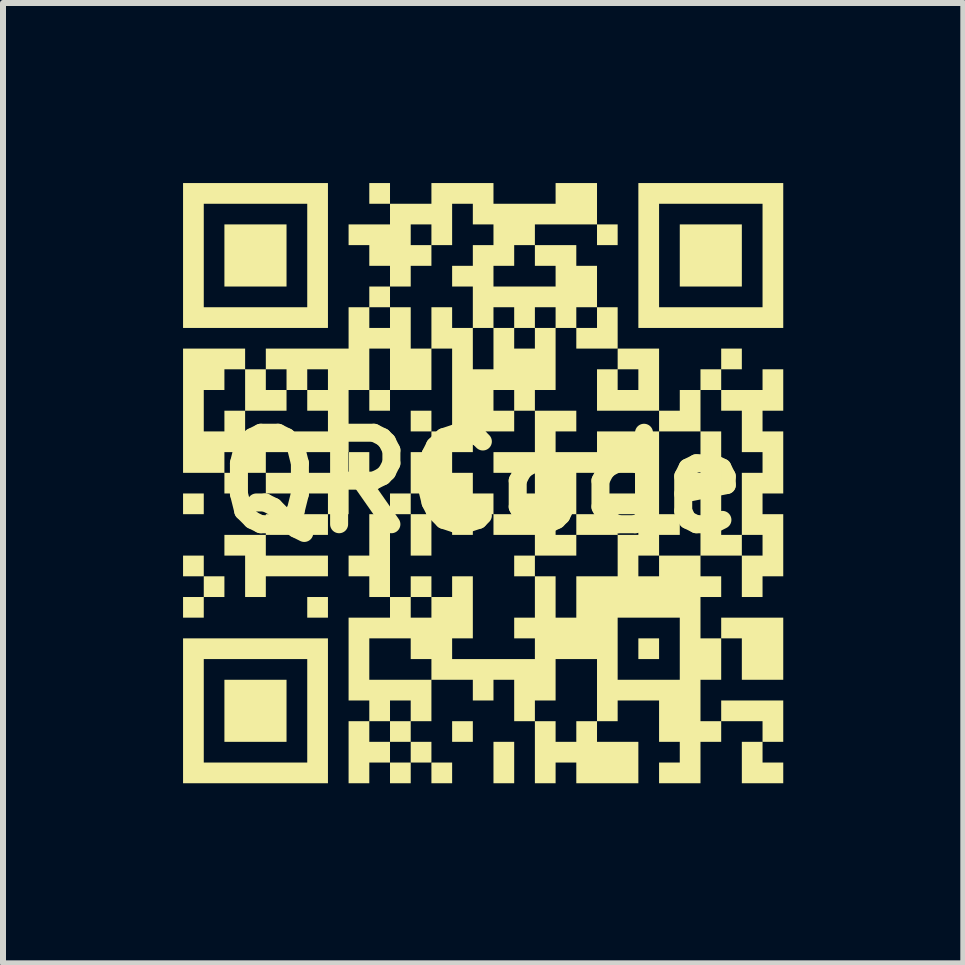
<source format=kicad_pcb>
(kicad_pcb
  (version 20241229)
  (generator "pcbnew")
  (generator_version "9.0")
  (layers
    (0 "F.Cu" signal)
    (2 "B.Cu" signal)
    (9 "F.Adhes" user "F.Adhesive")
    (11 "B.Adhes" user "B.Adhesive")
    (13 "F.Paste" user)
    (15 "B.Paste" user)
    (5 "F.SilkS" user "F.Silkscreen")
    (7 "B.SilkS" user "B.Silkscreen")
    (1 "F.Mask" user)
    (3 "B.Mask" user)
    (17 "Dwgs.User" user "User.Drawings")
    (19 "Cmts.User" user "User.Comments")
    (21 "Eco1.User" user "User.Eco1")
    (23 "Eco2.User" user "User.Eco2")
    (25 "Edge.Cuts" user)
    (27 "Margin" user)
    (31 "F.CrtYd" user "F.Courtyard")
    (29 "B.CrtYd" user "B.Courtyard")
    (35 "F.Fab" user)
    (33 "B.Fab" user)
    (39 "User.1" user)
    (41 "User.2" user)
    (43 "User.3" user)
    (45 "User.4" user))
  (footprint "QRCode"
    (layer "F.Cu")
    (at 4.995 4.995)
    (property "Reference" "QRCode" (at 0 0 0) (layer "F.SilkS") (effects (font (size 1.524 1.524) (thickness 0.3))))
    (attr board_only exclude_from_pos_files exclude_from_bom)
    (fp_poly (pts (xy -4.65 0.522) (xy -4.995 0.522) (xy -4.995 0.177) (xy -4.65 0.177)) (stroke (width 0) (type solid)) (fill yes) (layer "F.SilkS"))
    (fp_poly (pts (xy -4.65 1.557) (xy -4.995 1.557) (xy -4.995 1.212) (xy -4.65 1.212)) (stroke (width 0) (type solid)) (fill yes) (layer "F.SilkS"))
    (fp_poly (pts (xy -4.65 2.246) (xy -4.995 2.246) (xy -4.995 1.902) (xy -4.65 1.902)) (stroke (width 0) (type solid)) (fill yes) (layer "F.SilkS"))
    (fp_poly (pts (xy -4.306 1.902) (xy -4.65 1.902) (xy -4.65 1.557) (xy -4.306 1.557)) (stroke (width 0) (type solid)) (fill yes) (layer "F.SilkS"))
    (fp_poly (pts (xy -3.271 -3.271) (xy -4.306 -3.271) (xy -4.306 -4.306) (xy -3.271 -4.306)) (stroke (width 0) (type solid)) (fill yes) (layer "F.SilkS"))
    (fp_poly (pts (xy -3.271 4.315) (xy -4.306 4.315) (xy -4.306 3.281) (xy -3.271 3.281)) (stroke (width 0) (type solid)) (fill yes) (layer "F.SilkS"))
    (fp_poly (pts (xy -2.581 0.867) (xy -3.616 0.867) (xy -3.616 0.522) (xy -2.581 0.522)) (stroke (width 0) (type solid)) (fill yes) (layer "F.SilkS"))
    (fp_poly (pts (xy -2.581 2.246) (xy -2.926 2.246) (xy -2.926 1.902) (xy -2.581 1.902)) (stroke (width 0) (type solid)) (fill yes) (layer "F.SilkS"))
    (fp_poly (pts (xy -1.892 -0.167) (xy -2.237 -0.167) (xy -2.237 -0.512) (xy -1.892 -0.512)) (stroke (width 0) (type solid)) (fill yes) (layer "F.SilkS"))
    (fp_poly (pts (xy -1.547 -4.65) (xy -1.892 -4.65) (xy -1.892 -4.995) (xy -1.547 -4.995)) (stroke (width 0) (type solid)) (fill yes) (layer "F.SilkS"))
    (fp_poly (pts (xy -1.202 5.005) (xy -1.547 5.005) (xy -1.547 4.66) (xy -1.202 4.66)) (stroke (width 0) (type solid)) (fill yes) (layer "F.SilkS"))
    (fp_poly (pts (xy -0.857 -0.857) (xy -1.202 -0.857) (xy -1.202 -1.202) (xy -0.857 -1.202)) (stroke (width 0) (type solid)) (fill yes) (layer "F.SilkS"))
    (fp_poly (pts (xy -0.857 1.212) (xy -1.202 1.212) (xy -1.202 0.522) (xy -0.857 0.522)) (stroke (width 0) (type solid)) (fill yes) (layer "F.SilkS"))
    (fp_poly (pts (xy -0.857 1.902) (xy -1.202 1.902) (xy -1.202 1.557) (xy -0.857 1.557)) (stroke (width 0) (type solid)) (fill yes) (layer "F.SilkS"))
    (fp_poly (pts (xy -0.857 4.66) (xy -1.202 4.66) (xy -1.202 4.315) (xy -0.857 4.315)) (stroke (width 0) (type solid)) (fill yes) (layer "F.SilkS"))
    (fp_poly (pts (xy -0.512 5.005) (xy -0.857 5.005) (xy -0.857 4.66) (xy -0.512 4.66)) (stroke (width 0) (type solid)) (fill yes) (layer "F.SilkS"))
    (fp_poly (pts (xy -0.167 4.315) (xy -0.512 4.315) (xy -0.512 3.971) (xy -0.167 3.971)) (stroke (width 0) (type solid)) (fill yes) (layer "F.SilkS"))
    (fp_poly (pts (xy 0.522 5.005) (xy 0.177 5.005) (xy 0.177 4.315) (xy 0.522 4.315)) (stroke (width 0) (type solid)) (fill yes) (layer "F.SilkS"))
    (fp_poly (pts (xy 0.867 1.557) (xy 0.522 1.557) (xy 0.522 1.212) (xy 0.867 1.212)) (stroke (width 0) (type solid)) (fill yes) (layer "F.SilkS"))
    (fp_poly (pts (xy 2.246 -3.961) (xy 1.902 -3.961) (xy 1.902 -4.306) (xy 2.246 -4.306)) (stroke (width 0) (type solid)) (fill yes) (layer "F.SilkS"))
    (fp_poly (pts (xy 2.936 2.936) (xy 2.591 2.936) (xy 2.591 2.591) (xy 2.936 2.591)) (stroke (width 0) (type solid)) (fill yes) (layer "F.SilkS"))
    (fp_poly (pts (xy 4.315 -3.271) (xy 3.281 -3.271) (xy 3.281 -4.306) (xy 4.315 -4.306)) (stroke (width 0) (type solid)) (fill yes) (layer "F.SilkS"))
    (fp_poly (pts (xy 4.315 -1.892) (xy 3.971 -1.892) (xy 3.971 -2.237) (xy 4.315 -2.237)) (stroke (width 0) (type solid)) (fill yes) (layer "F.SilkS"))
    (fp_poly (pts (xy -2.237 0.522) (xy -2.581 0.522) (xy -2.581 0.177) (xy -3.616 0.177) (xy -3.616 -0.167) (xy -2.237 -0.167)) (stroke (width 0) (type solid)) (fill yes) (layer "F.SilkS"))
    (fp_poly (pts (xy 4.66 4.66) (xy 5.005 4.66) (xy 5.005 5.005) (xy 4.315 5.005) (xy 4.315 4.315) (xy 4.66 4.315)) (stroke (width 0) (type solid)) (fill yes) (layer "F.SilkS"))
    (fp_poly (pts (xy 5.005 3.281) (xy 4.315 3.281) (xy 4.315 2.591) (xy 3.971 2.591) (xy 3.971 2.246) (xy 5.005 2.246)) (stroke (width 0) (type solid)) (fill yes) (layer "F.SilkS"))
    (fp_poly (pts (xy 5.005 4.315) (xy 4.66 4.315) (xy 4.66 3.971) (xy 3.971 3.971) (xy 3.971 3.626) (xy 5.005 3.626)) (stroke (width 0) (type solid)) (fill yes) (layer "F.SilkS"))
    (fp_poly (pts (xy -3.616 1.212) (xy -2.581 1.212) (xy -2.581 1.557) (xy -3.616 1.557) (xy -3.616 1.902) (xy -3.961 1.902) (xy -3.961 1.212) (xy -4.306 1.212) (xy -4.306 0.867) (xy -3.616 0.867)) (stroke (width 0) (type solid)) (fill yes) (layer "F.SilkS"))
    (fp_poly (pts (xy -2.581 -2.581) (xy -4.995 -2.581) (xy -4.995 -2.926) (xy -4.65 -2.926) (xy -2.926 -2.926) (xy -2.926 -4.65) (xy -4.65 -4.65) (xy -4.65 -2.926) (xy -4.995 -2.926) (xy -4.995 -4.995) (xy -2.581 -4.995)) (stroke (width 0) (type solid)) (fill yes) (layer "F.SilkS"))
    (fp_poly (pts (xy -2.581 5.005) (xy -4.995 5.005) (xy -4.995 4.66) (xy -4.65 4.66) (xy -2.926 4.66) (xy -2.926 2.936) (xy -4.65 2.936) (xy -4.65 4.66) (xy -4.995 4.66) (xy -4.995 2.591) (xy -2.581 2.591)) (stroke (width 0) (type solid)) (fill yes) (layer "F.SilkS"))
    (fp_poly (pts (xy 5.005 -2.581) (xy 2.591 -2.581) (xy 2.591 -2.926) (xy 2.936 -2.926) (xy 4.66 -2.926) (xy 4.66 -4.65) (xy 2.936 -4.65) (xy 2.936 -2.926) (xy 2.591 -2.926) (xy 2.591 -4.995) (xy 5.005 -4.995)) (stroke (width 0) (type solid)) (fill yes) (layer "F.SilkS"))
    (fp_poly (pts (xy 2.246 -2.926) (xy 2.246 -2.237) (xy 2.936 -2.237) (xy 2.936 -1.202) (xy 3.281 -1.202) (xy 3.281 -1.547) (xy 3.626 -1.547) (xy 3.626 -1.892) (xy 3.971 -1.892) (xy 3.971 -1.547) (xy 4.66 -1.547) (xy 4.66 -1.892) (xy 5.005 -1.892) (xy 5.005 -1.202) (xy 4.66 -1.202) (xy 4.66 -0.857) (xy 5.005 -0.857) (xy 5.005 0.177) (xy 4.66 0.177) (xy 4.66 0.522) (xy 5.005 0.522) (xy 5.005 1.557) (xy 4.66 1.557) (xy 4.66 1.902) (xy 4.315 1.902) (xy 4.315 1.212) (xy 4.66 1.212) (xy 4.66 0.867) (xy 4.315 0.867) (xy 4.315 1.212) (xy 3.626 1.212) (xy 3.626 1.557) (xy 3.971 1.557) (xy 3.971 1.902) (xy 3.626 1.902) (xy 3.626 2.591) (xy 3.971 2.591) (xy 3.971 3.281) (xy 3.626 3.281) (xy 3.626 3.971) (xy 3.971 3.971) (xy 3.971 4.315) (xy 3.626 4.315) (xy 3.626 5.005) (xy 2.936 5.005) (xy 2.936 4.66) (xy 3.281 4.66) (xy 3.281 4.315) (xy 2.936 4.315) (xy 2.936 3.626) (xy 2.246 3.626) (xy 2.246 3.971) (xy 1.902 3.971) (xy 1.902 4.315) (xy 2.591 4.315) (xy 2.591 5.005) (xy 1.557 5.005) (xy 1.557 4.66) (xy 1.212 4.66) (xy 1.212 5.005) (xy 0.867 5.005) (xy 0.867 3.971) (xy 1.212 3.971) (xy 1.212 4.315) (xy 1.557 4.315) (xy 1.557 3.971) (xy 1.902 3.971) (xy 1.902 3.281) (xy 2.246 3.281) (xy 3.281 3.281) (xy 3.281 2.246) (xy 2.246 2.246) (xy 2.246 3.281) (xy 1.902 3.281) (xy 1.902 2.936) (xy 1.212 2.936) (xy 1.212 3.626) (xy 0.867 3.626) (xy 0.867 3.971) (xy 0.522 3.971) (xy 0.522 3.281) (xy 0.177 3.281) (xy 0.177 3.626) (xy -0.167 3.626) (xy -0.167 3.281) (xy -0.857 3.281) (xy -0.857 3.971) (xy -1.202 3.971) (xy -1.202 4.315) (xy -1.547 4.315) (xy -1.547 4.66) (xy -1.892 4.66) (xy -1.892 5.005) (xy -2.237 5.005) (xy -2.237 4.315) (xy -1.892 4.315) (xy -1.547 4.315) (xy -1.547 3.971) (xy -1.202 3.971) (xy -1.202 3.626) (xy -1.547 3.626) (xy -1.547 3.971) (xy -1.892 3.971) (xy -1.892 4.315) (xy -2.237 4.315) (xy -2.237 3.971) (xy -1.892 3.971) (xy -1.892 3.626) (xy -2.237 3.626) (xy -2.237 3.281) (xy -1.892 3.281) (xy -0.857 3.281) (xy -0.857 2.936) (xy -1.202 2.936) (xy -1.202 2.591) (xy -1.892 2.591) (xy -1.892 3.281) (xy -2.237 3.281) (xy -2.237 2.246) (xy -1.547 2.246) (xy -1.547 1.902) (xy -1.202 1.902) (xy -1.202 2.246) (xy -0.857 2.246) (xy -0.857 1.902) (xy -0.512 1.902) (xy -0.512 1.557) (xy -0.167 1.557) (xy -0.167 2.591) (xy -0.512 2.591) (xy -0.512 2.936) (xy 0.867 2.936) (xy 0.867 2.591) (xy 0.522 2.591) (xy 0.522 2.246) (xy 0.867 2.246) (xy 0.867 1.557) (xy 1.212 1.557) (xy 1.212 2.246) (xy 1.557 2.246) (xy 1.557 1.557) (xy 2.246 1.557) (xy 2.591 1.557) (xy 2.936 1.557) (xy 2.936 1.212) (xy 3.626 1.212) (xy 3.626 0.177) (xy 3.281 0.177) (xy 3.281 -0.167) (xy 3.626 -0.167) (xy 3.626 -0.857) (xy 3.971 -0.857) (xy 3.971 0.867) (xy 4.315 0.867) (xy 4.315 -0.167) (xy 4.66 -0.167) (xy 4.66 -0.512) (xy 4.315 -0.512) (xy 4.315 -1.202) (xy 3.971 -1.202) (xy 3.971 -1.547) (xy 3.626 -1.547) (xy 3.626 -0.857) (xy 2.936 -0.857) (xy 2.936 0.522) (xy 3.281 0.522) (xy 3.281 0.867) (xy 2.936 0.867) (xy 2.936 1.212) (xy 2.591 1.212) (xy 2.591 1.557) (xy 2.246 1.557) (xy 2.246 0.867) (xy 2.591 0.867) (xy 2.591 0.522) (xy 2.246 0.522) (xy 2.246 0.867) (xy 1.557 0.867) (xy 1.557 1.212) (xy 0.867 1.212) (xy 0.867 0.867) (xy 1.212 0.867) (xy 1.557 0.867) (xy 1.557 0.522) (xy 1.902 0.522) (xy 1.902 0.177) (xy 2.591 0.177) (xy 2.591 -0.167) (xy 1.557 -0.167) (xy 1.557 0.522) (xy 1.212 0.522) (xy 1.212 0.867) (xy 0.867 0.867) (xy 0.177 0.867) (xy 0.177 0.522) (xy -0.167 0.522) (xy -0.167 0.867) (xy -0.512 0.867) (xy -0.512 0.522) (xy -0.857 0.522) (xy -0.857 0.177) (xy -1.202 0.177) (xy -1.202 0.522) (xy -1.547 0.522) (xy -1.547 1.902) (xy -1.892 1.902) (xy -1.892 1.557) (xy -2.237 1.557) (xy -2.237 1.212) (xy -1.892 1.212) (xy -1.892 0.522) (xy -1.547 0.522) (xy -1.547 0.177) (xy -1.202 0.177) (xy -1.202 -0.167) (xy -0.512 -0.167) (xy -0.167 -0.167) (xy -0.167 0.177) (xy 0.177 0.177) (xy 0.177 0.522) (xy 0.522 0.522) (xy 0.522 0.177) (xy 0.867 0.177) (xy 0.867 -0.167) (xy 0.177 -0.167) (xy 0.177 -0.512) (xy 0.867 -0.512) (xy 0.867 -1.202) (xy 1.557 -1.202) (xy 1.557 -0.857) (xy 1.212 -0.857) (xy 1.212 -0.512) (xy 1.902 -0.512) (xy 1.902 -0.857) (xy 2.936 -0.857) (xy 2.936 -1.202) (xy 1.902 -1.202) (xy 1.902 -1.547) (xy 2.246 -1.547) (xy 2.591 -1.547) (xy 2.591 -1.892) (xy 2.246 -1.892) (xy 2.246 -1.547) (xy 1.902 -1.547) (xy 1.902 -1.892) (xy 2.246 -1.892) (xy 2.246 -2.237) (xy 1.557 -2.237) (xy 1.557 -2.581) (xy 1.902 -2.581) (xy 1.902 -2.926) (xy 1.557 -2.926) (xy 1.557 -2.581) (xy 1.212 -2.581) (xy 1.212 -1.547) (xy 0.867 -1.547) (xy 0.867 -1.202) (xy 0.522 -1.202) (xy 0.522 -0.857) (xy -0.167 -0.857) (xy -0.167 -0.512) (xy -0.512 -0.512) (xy -0.512 -0.167) (xy -1.202 -0.167) (xy -1.202 -0.512) (xy -0.857 -0.512) (xy -0.857 -0.857) (xy -0.512 -0.857) (xy -0.512 -1.202) (xy 0.177 -1.202) (xy 0.522 -1.202) (xy 0.522 -1.547) (xy 0.177 -1.547) (xy 0.177 -1.202) (xy -0.512 -1.202) (xy -0.512 -1.892) (xy -0.167 -1.892) (xy 0.177 -1.892) (xy 0.177 -2.237) (xy 0.522 -2.237) (xy 0.867 -2.237) (xy 0.867 -2.581) (xy 1.212 -2.581) (xy 1.212 -2.926) (xy 0.867 -2.926) (xy 0.867 -2.581) (xy 0.522 -2.581) (xy 0.522 -2.237) (xy 0.177 -2.237) (xy 0.177 -2.581) (xy 0.522 -2.581) (xy 0.522 -2.926) (xy 0.177 -2.926) (xy 0.177 -2.581) (xy -0.167 -2.581) (xy -0.167 -1.892) (xy -0.512 -1.892) (xy -0.512 -2.237) (xy -0.857 -2.237) (xy -0.857 -1.547) (xy -1.547 -1.547) (xy -1.547 -1.202) (xy -1.892 -1.202) (xy -1.892 -1.547) (xy -1.547 -1.547) (xy -1.547 -2.237) (xy -1.892 -2.237) (xy -1.892 -1.547) (xy -2.237 -1.547) (xy -2.237 -0.512) (xy -3.616 -0.512) (xy -3.616 -0.167) (xy -3.961 -0.167) (xy -3.961 0.177) (xy -4.306 0.177) (xy -4.306 -0.167) (xy -3.961 -0.167) (xy -3.961 -0.512) (xy -4.306 -0.512) (xy -4.306 -0.167) (xy -4.995 -0.167) (xy -4.995 -0.857) (xy -4.65 -0.857) (xy -4.306 -0.857) (xy -3.961 -0.857) (xy -2.581 -0.857) (xy -2.581 -1.202) (xy -2.926 -1.202) (xy -2.926 -1.547) (xy -2.581 -1.547) (xy -2.581 -1.892) (xy -2.926 -1.892) (xy -2.926 -1.547) (xy -3.271 -1.547) (xy -3.271 -1.202) (xy -3.961 -1.202) (xy -3.961 -0.857) (xy -4.306 -0.857) (xy -4.306 -1.202) (xy -3.961 -1.202) (xy -3.961 -1.547) (xy -3.616 -1.547) (xy -3.271 -1.547) (xy -3.271 -1.892) (xy -3.616 -1.892) (xy -3.616 -1.547) (xy -3.961 -1.547) (xy -3.961 -1.892) (xy -4.306 -1.892) (xy -4.306 -1.547) (xy -4.65 -1.547) (xy -4.65 -0.857) (xy -4.995 -0.857) (xy -4.995 -2.237) (xy -3.961 -2.237) (xy -3.961 -1.892) (xy -3.616 -1.892) (xy -3.616 -2.237) (xy -2.237 -2.237) (xy -2.237 -2.581) (xy -1.892 -2.581) (xy -1.547 -2.581) (xy -1.547 -2.926) (xy -1.202 -2.926) (xy -1.202 -2.237) (xy -0.857 -2.237) (xy -0.857 -2.926) (xy -0.512 -2.926) (xy -0.512 -2.581) (xy -0.167 -2.581) (xy -0.167 -3.271) (xy 0.177 -3.271) (xy 1.212 -3.271) (xy 1.212 -3.616) (xy 0.867 -3.616) (xy 0.867 -3.961) (xy 0.522 -3.961) (xy 0.522 -3.616) (xy 0.177 -3.616) (xy 0.177 -3.271) (xy -0.167 -3.271) (xy -0.512 -3.271) (xy -0.512 -3.616) (xy -0.167 -3.616) (xy -0.167 -3.961) (xy 0.177 -3.961) (xy 0.177 -4.306) (xy -0.167 -4.306) (xy -0.167 -4.65) (xy -0.512 -4.65) (xy -0.512 -3.961) (xy -0.857 -3.961) (xy -0.857 -3.616) (xy -1.202 -3.616) (xy -1.202 -3.271) (xy -1.547 -3.271) (xy -1.547 -2.926) (xy -1.892 -2.926) (xy -1.892 -2.581) (xy -2.237 -2.581) (xy -2.237 -2.926) (xy -1.892 -2.926) (xy -1.892 -3.271) (xy -1.547 -3.271) (xy -1.547 -3.616) (xy -1.892 -3.616) (xy -1.892 -3.961) (xy -1.202 -3.961) (xy -0.857 -3.961) (xy -0.857 -4.306) (xy -1.202 -4.306) (xy -1.202 -3.961) (xy -1.892 -3.961) (xy -2.237 -3.961) (xy -2.237 -4.306) (xy -1.547 -4.306) (xy -1.547 -4.65) (xy -0.857 -4.65) (xy -0.857 -4.995) (xy 0.177 -4.995) (xy 0.177 -4.65) (xy 1.212 -4.65) (xy 1.212 -4.995) (xy 1.902 -4.995) (xy 1.902 -4.306) (xy 0.867 -4.306) (xy 0.867 -3.961) (xy 1.557 -3.961) (xy 1.557 -3.616) (xy 1.902 -3.616) (xy 1.902 -2.926)) (stroke (width 0) (type solid)) (fill yes) (layer "F.SilkS")))
  (gr_rect
    (start -3 -3)
    (end 13 13)
    (stroke (width 0.1) (type default))
    (fill no)
    (layer "Edge.Cuts")))
</source>
